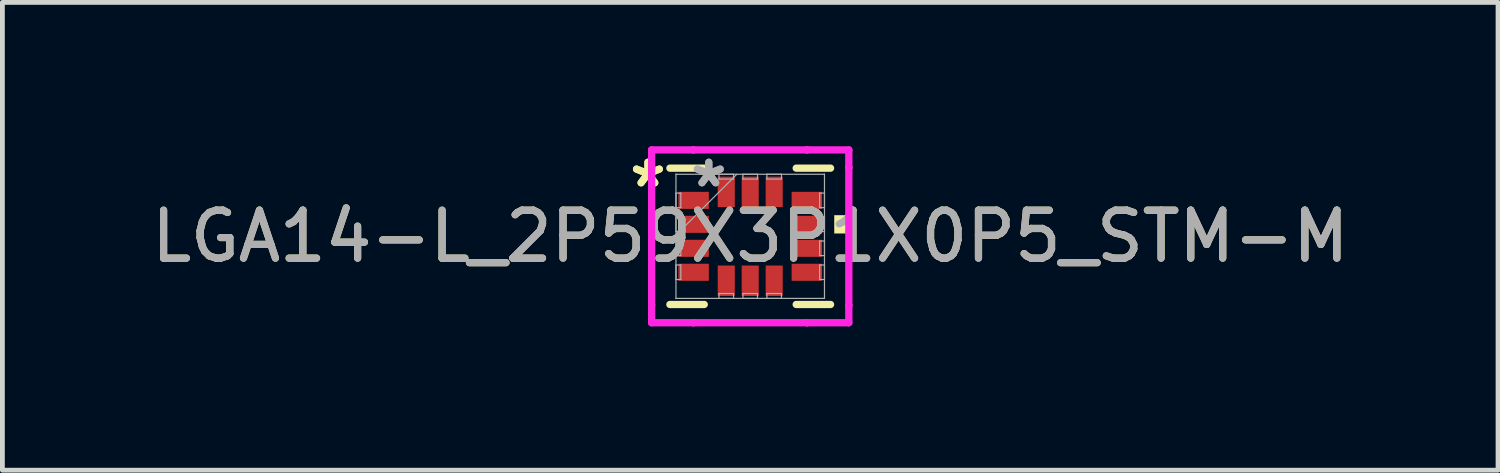
<source format=kicad_pcb>
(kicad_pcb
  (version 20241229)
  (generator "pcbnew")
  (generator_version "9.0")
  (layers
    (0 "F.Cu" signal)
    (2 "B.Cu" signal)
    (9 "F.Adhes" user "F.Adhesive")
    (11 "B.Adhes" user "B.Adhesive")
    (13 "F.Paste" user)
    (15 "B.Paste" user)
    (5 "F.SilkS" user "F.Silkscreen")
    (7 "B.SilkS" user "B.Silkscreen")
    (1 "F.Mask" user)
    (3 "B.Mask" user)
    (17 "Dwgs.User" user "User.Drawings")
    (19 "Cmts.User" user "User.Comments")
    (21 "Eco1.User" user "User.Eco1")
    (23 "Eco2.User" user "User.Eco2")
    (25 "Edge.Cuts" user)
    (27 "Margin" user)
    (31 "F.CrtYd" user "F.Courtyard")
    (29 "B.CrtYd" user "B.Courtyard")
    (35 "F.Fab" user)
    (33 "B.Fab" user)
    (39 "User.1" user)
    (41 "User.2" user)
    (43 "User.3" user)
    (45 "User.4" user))
  (footprint "LGA14-L_2P59X3P1X0P5_STM-M"
    (layer "F.Cu")
    (at 12.601 1.88)
    (property "Reference" "LGA14-L_2P59X3P1X0P5_STM-M" (at 0 0 0) (unlocked yes) (layer "F.SilkS") (effects (font (size 1 1) (thickness 0.15))))
    (attr smd)
    (fp_line (start -1.676 1.422) (end -0.959 1.422) (stroke (width 0.152) (type solid)) (layer "F.SilkS"))
    (fp_line (start -0.959 -1.422) (end -1.676 -1.422) (stroke (width 0.152) (type solid)) (layer "F.SilkS"))
    (fp_line (start 0.959 1.422) (end 1.676 1.422) (stroke (width 0.152) (type solid)) (layer "F.SilkS"))
    (fp_line (start 1.676 -1.422) (end 0.959 -1.422) (stroke (width 0.152) (type solid)) (layer "F.SilkS"))
    (fp_poly (pts (xy 2.007 -0.441) (xy 2.007 -0.059) (xy 1.753 -0.059) (xy 1.753 -0.441)) (stroke (width 0) (type solid)) (fill yes) (layer "F.SilkS"))
    (fp_line (start -2.057 -1.803) (end -1.186 -1.803) (stroke (width 0.152) (type solid)) (layer "F.CrtYd"))
    (fp_line (start -2.057 -1.436) (end -2.057 -1.803) (stroke (width 0.152) (type solid)) (layer "F.CrtYd"))
    (fp_line (start -2.057 -1.436) (end -2.057 -1.436) (stroke (width 0.152) (type solid)) (layer "F.CrtYd"))
    (fp_line (start -2.057 1.436) (end -2.057 -1.436) (stroke (width 0.152) (type solid)) (layer "F.CrtYd"))
    (fp_line (start -2.057 1.436) (end -2.057 1.436) (stroke (width 0.152) (type solid)) (layer "F.CrtYd"))
    (fp_line (start -2.057 1.803) (end -2.057 1.436) (stroke (width 0.152) (type solid)) (layer "F.CrtYd"))
    (fp_line (start -1.186 -1.803) (end -1.186 -1.803) (stroke (width 0.152) (type solid)) (layer "F.CrtYd"))
    (fp_line (start -1.186 -1.803) (end 1.186 -1.803) (stroke (width 0.152) (type solid)) (layer "F.CrtYd"))
    (fp_line (start -1.186 1.803) (end -2.057 1.803) (stroke (width 0.152) (type solid)) (layer "F.CrtYd"))
    (fp_line (start -1.186 1.803) (end -1.186 1.803) (stroke (width 0.152) (type solid)) (layer "F.CrtYd"))
    (fp_line (start 1.186 -1.803) (end 1.186 -1.803) (stroke (width 0.152) (type solid)) (layer "F.CrtYd"))
    (fp_line (start 1.186 -1.803) (end 2.057 -1.803) (stroke (width 0.152) (type solid)) (layer "F.CrtYd"))
    (fp_line (start 1.186 1.803) (end -1.186 1.803) (stroke (width 0.152) (type solid)) (layer "F.CrtYd"))
    (fp_line (start 1.186 1.803) (end 1.186 1.803) (stroke (width 0.152) (type solid)) (layer "F.CrtYd"))
    (fp_line (start 2.057 -1.803) (end 2.057 -1.436) (stroke (width 0.152) (type solid)) (layer "F.CrtYd"))
    (fp_line (start 2.057 -1.436) (end 2.057 -1.436) (stroke (width 0.152) (type solid)) (layer "F.CrtYd"))
    (fp_line (start 2.057 -1.436) (end 2.057 1.436) (stroke (width 0.152) (type solid)) (layer "F.CrtYd"))
    (fp_line (start 2.057 1.436) (end 2.057 1.436) (stroke (width 0.152) (type solid)) (layer "F.CrtYd"))
    (fp_line (start 2.057 1.436) (end 2.057 1.803) (stroke (width 0.152) (type solid)) (layer "F.CrtYd"))
    (fp_line (start 2.057 1.803) (end 1.186 1.803) (stroke (width 0.152) (type solid)) (layer "F.CrtYd"))
    (fp_line (start -1.549 -1.295) (end -1.549 -1.295) (stroke (width 0.025) (type solid)) (layer "F.Fab"))
    (fp_line (start -1.549 -1.295) (end -1.549 1.295) (stroke (width 0.025) (type solid)) (layer "F.Fab"))
    (fp_line (start -1.549 -0.902) (end -1.448 -0.902) (stroke (width 0.025) (type solid)) (layer "F.Fab"))
    (fp_line (start -1.549 -0.598) (end -1.549 -0.902) (stroke (width 0.025) (type solid)) (layer "F.Fab"))
    (fp_line (start -1.549 -0.402) (end -1.448 -0.402) (stroke (width 0.025) (type solid)) (layer "F.Fab"))
    (fp_line (start -1.549 -0.098) (end -1.549 -0.402) (stroke (width 0.025) (type solid)) (layer "F.Fab"))
    (fp_line (start -1.549 -0.025) (end -0.279 -1.295) (stroke (width 0.025) (type solid)) (layer "F.Fab"))
    (fp_line (start -1.549 0.098) (end -1.448 0.098) (stroke (width 0.025) (type solid)) (layer "F.Fab"))
    (fp_line (start -1.549 0.402) (end -1.549 0.098) (stroke (width 0.025) (type solid)) (layer "F.Fab"))
    (fp_line (start -1.549 0.598) (end -1.448 0.598) (stroke (width 0.025) (type solid)) (layer "F.Fab"))
    (fp_line (start -1.549 0.902) (end -1.549 0.598) (stroke (width 0.025) (type solid)) (layer "F.Fab"))
    (fp_line (start -1.549 1.295) (end -1.549 1.295) (stroke (width 0.025) (type solid)) (layer "F.Fab"))
    (fp_line (start -1.549 1.295) (end 1.549 1.295) (stroke (width 0.025) (type solid)) (layer "F.Fab"))
    (fp_line (start -1.448 -0.902) (end -1.448 -0.598) (stroke (width 0.025) (type solid)) (layer "F.Fab"))
    (fp_line (start -1.448 -0.598) (end -1.549 -0.598) (stroke (width 0.025) (type solid)) (layer "F.Fab"))
    (fp_line (start -1.448 -0.402) (end -1.448 -0.098) (stroke (width 0.025) (type solid)) (layer "F.Fab"))
    (fp_line (start -1.448 -0.098) (end -1.549 -0.098) (stroke (width 0.025) (type solid)) (layer "F.Fab"))
    (fp_line (start -1.448 0.098) (end -1.448 0.402) (stroke (width 0.025) (type solid)) (layer "F.Fab"))
    (fp_line (start -1.448 0.402) (end -1.549 0.402) (stroke (width 0.025) (type solid)) (layer "F.Fab"))
    (fp_line (start -1.448 0.598) (end -1.448 0.902) (stroke (width 0.025) (type solid)) (layer "F.Fab"))
    (fp_line (start -1.448 0.902) (end -1.549 0.902) (stroke (width 0.025) (type solid)) (layer "F.Fab"))
    (fp_line (start -0.652 -1.295) (end -0.348 -1.295) (stroke (width 0.025) (type solid)) (layer "F.Fab"))
    (fp_line (start -0.652 -1.194) (end -0.652 -1.295) (stroke (width 0.025) (type solid)) (layer "F.Fab"))
    (fp_line (start -0.652 1.194) (end -0.348 1.194) (stroke (width 0.025) (type solid)) (layer "F.Fab"))
    (fp_line (start -0.652 1.295) (end -0.652 1.194) (stroke (width 0.025) (type solid)) (layer "F.Fab"))
    (fp_line (start -0.348 -1.295) (end -0.348 -1.194) (stroke (width 0.025) (type solid)) (layer "F.Fab"))
    (fp_line (start -0.348 -1.194) (end -0.652 -1.194) (stroke (width 0.025) (type solid)) (layer "F.Fab"))
    (fp_line (start -0.348 1.194) (end -0.348 1.295) (stroke (width 0.025) (type solid)) (layer "F.Fab"))
    (fp_line (start -0.348 1.295) (end -0.652 1.295) (stroke (width 0.025) (type solid)) (layer "F.Fab"))
    (fp_line (start -0.152 -1.295) (end 0.152 -1.295) (stroke (width 0.025) (type solid)) (layer "F.Fab"))
    (fp_line (start -0.152 -1.194) (end -0.152 -1.295) (stroke (width 0.025) (type solid)) (layer "F.Fab"))
    (fp_line (start -0.152 1.194) (end 0.152 1.194) (stroke (width 0.025) (type solid)) (layer "F.Fab"))
    (fp_line (start -0.152 1.295) (end -0.152 1.194) (stroke (width 0.025) (type solid)) (layer "F.Fab"))
    (fp_line (start 0.152 -1.295) (end 0.152 -1.194) (stroke (width 0.025) (type solid)) (layer "F.Fab"))
    (fp_line (start 0.152 -1.194) (end -0.152 -1.194) (stroke (width 0.025) (type solid)) (layer "F.Fab"))
    (fp_line (start 0.152 1.194) (end 0.152 1.295) (stroke (width 0.025) (type solid)) (layer "F.Fab"))
    (fp_line (start 0.152 1.295) (end -0.152 1.295) (stroke (width 0.025) (type solid)) (layer "F.Fab"))
    (fp_line (start 0.348 -1.295) (end 0.652 -1.295) (stroke (width 0.025) (type solid)) (layer "F.Fab"))
    (fp_line (start 0.348 -1.194) (end 0.348 -1.295) (stroke (width 0.025) (type solid)) (layer "F.Fab"))
    (fp_line (start 0.348 1.194) (end 0.652 1.194) (stroke (width 0.025) (type solid)) (layer "F.Fab"))
    (fp_line (start 0.348 1.295) (end 0.348 1.194) (stroke (width 0.025) (type solid)) (layer "F.Fab"))
    (fp_line (start 0.652 -1.295) (end 0.652 -1.194) (stroke (width 0.025) (type solid)) (layer "F.Fab"))
    (fp_line (start 0.652 -1.194) (end 0.348 -1.194) (stroke (width 0.025) (type solid)) (layer "F.Fab"))
    (fp_line (start 0.652 1.194) (end 0.652 1.295) (stroke (width 0.025) (type solid)) (layer "F.Fab"))
    (fp_line (start 0.652 1.295) (end 0.348 1.295) (stroke (width 0.025) (type solid)) (layer "F.Fab"))
    (fp_line (start 1.448 -0.902) (end 1.549 -0.902) (stroke (width 0.025) (type solid)) (layer "F.Fab"))
    (fp_line (start 1.448 -0.598) (end 1.448 -0.902) (stroke (width 0.025) (type solid)) (layer "F.Fab"))
    (fp_line (start 1.448 -0.402) (end 1.549 -0.402) (stroke (width 0.025) (type solid)) (layer "F.Fab"))
    (fp_line (start 1.448 -0.098) (end 1.448 -0.402) (stroke (width 0.025) (type solid)) (layer "F.Fab"))
    (fp_line (start 1.448 0.098) (end 1.549 0.098) (stroke (width 0.025) (type solid)) (layer "F.Fab"))
    (fp_line (start 1.448 0.402) (end 1.448 0.098) (stroke (width 0.025) (type solid)) (layer "F.Fab"))
    (fp_line (start 1.448 0.598) (end 1.549 0.598) (stroke (width 0.025) (type solid)) (layer "F.Fab"))
    (fp_line (start 1.448 0.902) (end 1.448 0.598) (stroke (width 0.025) (type solid)) (layer "F.Fab"))
    (fp_line (start 1.549 -1.295) (end -1.549 -1.295) (stroke (width 0.025) (type solid)) (layer "F.Fab"))
    (fp_line (start 1.549 -1.295) (end 1.549 -1.295) (stroke (width 0.025) (type solid)) (layer "F.Fab"))
    (fp_line (start 1.549 -0.902) (end 1.549 -0.598) (stroke (width 0.025) (type solid)) (layer "F.Fab"))
    (fp_line (start 1.549 -0.598) (end 1.448 -0.598) (stroke (width 0.025) (type solid)) (layer "F.Fab"))
    (fp_line (start 1.549 -0.402) (end 1.549 -0.098) (stroke (width 0.025) (type solid)) (layer "F.Fab"))
    (fp_line (start 1.549 -0.098) (end 1.448 -0.098) (stroke (width 0.025) (type solid)) (layer "F.Fab"))
    (fp_line (start 1.549 0.098) (end 1.549 0.402) (stroke (width 0.025) (type solid)) (layer "F.Fab"))
    (fp_line (start 1.549 0.402) (end 1.448 0.402) (stroke (width 0.025) (type solid)) (layer "F.Fab"))
    (fp_line (start 1.549 0.598) (end 1.549 0.902) (stroke (width 0.025) (type solid)) (layer "F.Fab"))
    (fp_line (start 1.549 0.902) (end 1.448 0.902) (stroke (width 0.025) (type solid)) (layer "F.Fab"))
    (fp_line (start 1.549 1.295) (end 1.549 -1.295) (stroke (width 0.025) (type solid)) (layer "F.Fab"))
    (fp_line (start 1.549 1.295) (end 1.549 1.295) (stroke (width 0.025) (type solid)) (layer "F.Fab"))
    (fp_text user "*" (at -2.134 -1 0) (unlocked yes) (layer "F.SilkS") (effects (font (size 1 1) (thickness 0.15))))
    (fp_text user "*" (at -2.134 -1 0) (layer "F.SilkS") (effects (font (size 1 1) (thickness 0.15))))
    (fp_text user "*" (at -0.864 -1 0) (unlocked yes) (layer "F.Fab") (effects (font (size 1 1) (thickness 0.15))))
    (fp_text user "*" (at -0.864 -1 0) (layer "F.Fab") (effects (font (size 1 1) (thickness 0.15))))
    (fp_text user "${REFERENCE}" (at 0 0 0) (unlocked yes) (layer "F.Fab") (effects (font (size 1 1) (thickness 0.15))))
    (pad "1" smd rect (at -1.181 -0.75 90) (size 0.356 0.635) (layers "F.Cu" "F.Mask" "F.Paste"))
    (pad "2" smd rect (at -1.181 -0.25 90) (size 0.356 0.635) (layers "F.Cu" "F.Mask" "F.Paste"))
    (pad "3" smd rect (at -1.181 0.25 90) (size 0.356 0.635) (layers "F.Cu" "F.Mask" "F.Paste"))
    (pad "4" smd rect (at -1.181 0.75 90) (size 0.356 0.635) (layers "F.Cu" "F.Mask" "F.Paste"))
    (pad "5" smd rect (at -0.5 0.927) (size 0.356 0.635) (layers "F.Cu" "F.Mask" "F.Paste"))
    (pad "6" smd rect (at 0 0.927) (size 0.356 0.635) (layers "F.Cu" "F.Mask" "F.Paste"))
    (pad "7" smd rect (at 0.5 0.927) (size 0.356 0.635) (layers "F.Cu" "F.Mask" "F.Paste"))
    (pad "8" smd rect (at 1.181 0.75 90) (size 0.356 0.635) (layers "F.Cu" "F.Mask" "F.Paste"))
    (pad "9" smd rect (at 1.181 0.25 90) (size 0.356 0.635) (layers "F.Cu" "F.Mask" "F.Paste"))
    (pad "10" smd rect (at 1.181 -0.25 90) (size 0.356 0.635) (layers "F.Cu" "F.Mask" "F.Paste"))
    (pad "11" smd rect (at 1.181 -0.75 90) (size 0.356 0.635) (layers "F.Cu" "F.Mask" "F.Paste"))
    (pad "12" smd rect (at 0.5 -0.927) (size 0.356 0.635) (layers "F.Cu" "F.Mask" "F.Paste"))
    (pad "13" smd rect (at 0 -0.927) (size 0.356 0.635) (layers "F.Cu" "F.Mask" "F.Paste"))
    (pad "14" smd rect (at -0.5 -0.927) (size 0.356 0.635) (layers "F.Cu" "F.Mask" "F.Paste")))
  (gr_rect
    (start -3 -3)
    (end 28.202 6.759)
    (stroke (width 0.1) (type default))
    (fill no)
    (layer "Edge.Cuts")))
</source>
